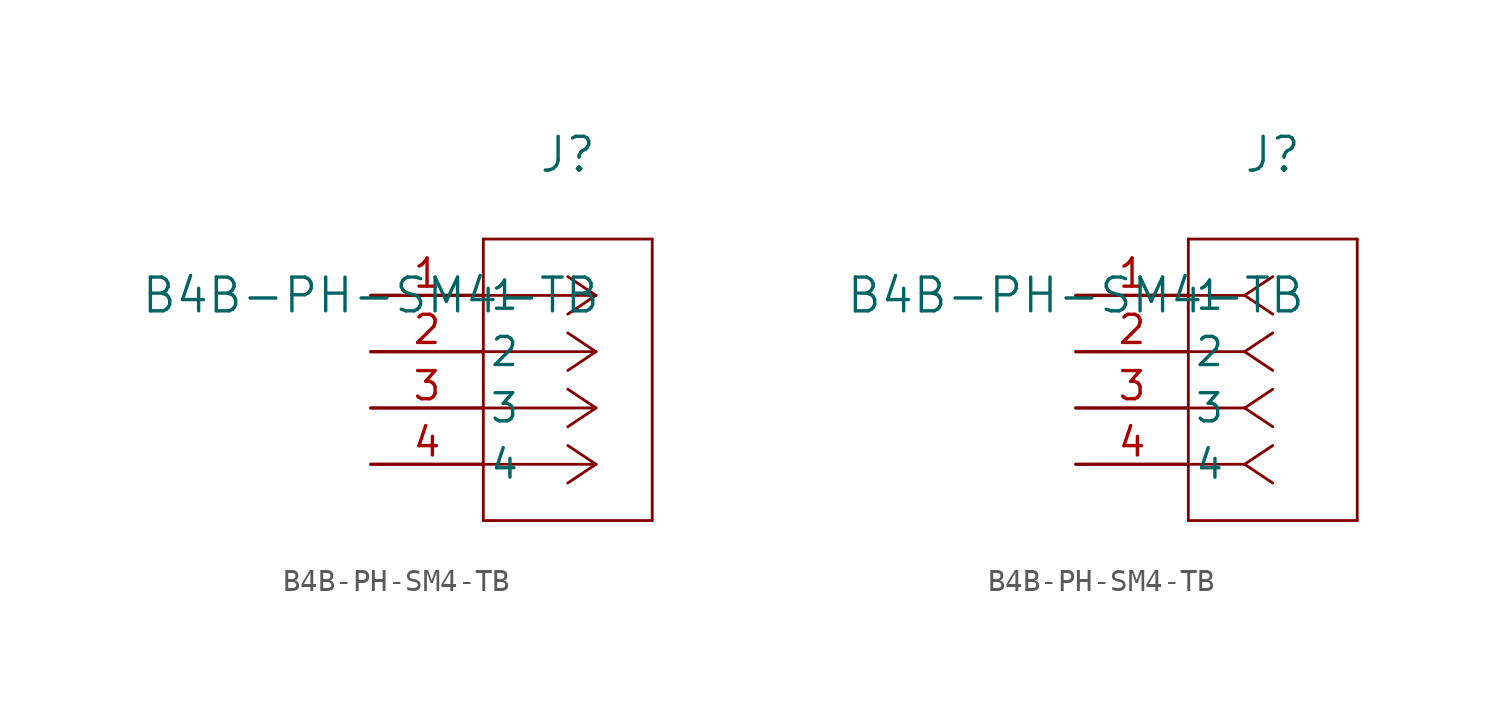
<source format=kicad_sym>
(kicad_symbol_lib
  (version 20211014)
  (generator kicad_symbol_editor)
  (symbol "B4B-PH-SM4-TB"
    (pin_names
      (offset 0.254))
    (property "Reference" "J"
      (at 8.89 6.35 0)
      (effects (font (size 1.524 1.524))))
    (property "Value" "B4B-PH-SM4-TB"
      (at 0 0 0)
      (effects (font (size 1.524 1.524))))
    (symbol "B4B-PH-SM4-TB_1_1"
      (polyline (pts (xy 10.16 0) (xy 5.08 0)) (stroke (width 0.127) (type default) (color 0 0 0 0)) (fill (type none)))
      (polyline (pts (xy 10.16 -2.54) (xy 5.08 -2.54)) (stroke (width 0.127) (type default) (color 0 0 0 0)) (fill (type none)))
      (polyline (pts (xy 10.16 -5.08) (xy 5.08 -5.08)) (stroke (width 0.127) (type default) (color 0 0 0 0)) (fill (type none)))
      (polyline (pts (xy 10.16 -7.62) (xy 5.08 -7.62)) (stroke (width 0.127) (type default) (color 0 0 0 0)) (fill (type none)))
      (polyline (pts (xy 10.16 0) (xy 8.89 0.847)) (stroke (width 0.127) (type default) (color 0 0 0 0)) (fill (type none)))
      (polyline (pts (xy 10.16 -2.54) (xy 8.89 -1.693)) (stroke (width 0.127) (type default) (color 0 0 0 0)) (fill (type none)))
      (polyline (pts (xy 10.16 -5.08) (xy 8.89 -4.233)) (stroke (width 0.127) (type default) (color 0 0 0 0)) (fill (type none)))
      (polyline (pts (xy 10.16 -7.62) (xy 8.89 -6.773)) (stroke (width 0.127) (type default) (color 0 0 0 0)) (fill (type none)))
      (polyline (pts (xy 10.16 0) (xy 8.89 -0.847)) (stroke (width 0.127) (type default) (color 0 0 0 0)) (fill (type none)))
      (polyline (pts (xy 10.16 -2.54) (xy 8.89 -3.387)) (stroke (width 0.127) (type default) (color 0 0 0 0)) (fill (type none)))
      (polyline (pts (xy 10.16 -5.08) (xy 8.89 -5.927)) (stroke (width 0.127) (type default) (color 0 0 0 0)) (fill (type none)))
      (polyline (pts (xy 10.16 -7.62) (xy 8.89 -8.467)) (stroke (width 0.127) (type default) (color 0 0 0 0)) (fill (type none)))
      (polyline (pts (xy 5.08 2.54) (xy 5.08 -10.16)) (stroke (width 0.127) (type default) (color 0 0 0 0)) (fill (type none)))
      (polyline (pts (xy 5.08 -10.16) (xy 12.7 -10.16)) (stroke (width 0.127) (type default) (color 0 0 0 0)) (fill (type none)))
      (polyline (pts (xy 12.7 -10.16) (xy 12.7 2.54)) (stroke (width 0.127) (type default) (color 0 0 0 0)) (fill (type none)))
      (polyline (pts (xy 12.7 2.54) (xy 5.08 2.54)) (stroke (width 0.127) (type default) (color 0 0 0 0)) (fill (type none)))
      (pin unspecified line (at 0 0 0) (length 5.08) (name "1" (effects (font (size 1.27 1.27)))) (number "1" (effects (font (size 1.27 1.27)))))
      (pin unspecified line (at 0 -2.54 0) (length 5.08) (name "2" (effects (font (size 1.27 1.27)))) (number "2" (effects (font (size 1.27 1.27)))))
      (pin unspecified line (at 0 -5.08 0) (length 5.08) (name "3" (effects (font (size 1.27 1.27)))) (number "3" (effects (font (size 1.27 1.27)))))
      (pin unspecified line (at 0 -7.62 0) (length 5.08) (name "4" (effects (font (size 1.27 1.27)))) (number "4" (effects (font (size 1.27 1.27))))))
    (symbol "B4B-PH-SM4-TB_1_2"
      (polyline (pts (xy 7.62 0) (xy 5.08 0)) (stroke (width 0.127) (type default) (color 0 0 0 0)) (fill (type none)))
      (polyline (pts (xy 7.62 -2.54) (xy 5.08 -2.54)) (stroke (width 0.127) (type default) (color 0 0 0 0)) (fill (type none)))
      (polyline (pts (xy 7.62 -5.08) (xy 5.08 -5.08)) (stroke (width 0.127) (type default) (color 0 0 0 0)) (fill (type none)))
      (polyline (pts (xy 7.62 -7.62) (xy 5.08 -7.62)) (stroke (width 0.127) (type default) (color 0 0 0 0)) (fill (type none)))
      (polyline (pts (xy 7.62 0) (xy 8.89 0.847)) (stroke (width 0.127) (type default) (color 0 0 0 0)) (fill (type none)))
      (polyline (pts (xy 7.62 -2.54) (xy 8.89 -1.693)) (stroke (width 0.127) (type default) (color 0 0 0 0)) (fill (type none)))
      (polyline (pts (xy 7.62 -5.08) (xy 8.89 -4.233)) (stroke (width 0.127) (type default) (color 0 0 0 0)) (fill (type none)))
      (polyline (pts (xy 7.62 -7.62) (xy 8.89 -6.773)) (stroke (width 0.127) (type default) (color 0 0 0 0)) (fill (type none)))
      (polyline (pts (xy 7.62 0) (xy 8.89 -0.847)) (stroke (width 0.127) (type default) (color 0 0 0 0)) (fill (type none)))
      (polyline (pts (xy 7.62 -2.54) (xy 8.89 -3.387)) (stroke (width 0.127) (type default) (color 0 0 0 0)) (fill (type none)))
      (polyline (pts (xy 7.62 -5.08) (xy 8.89 -5.927)) (stroke (width 0.127) (type default) (color 0 0 0 0)) (fill (type none)))
      (polyline (pts (xy 7.62 -7.62) (xy 8.89 -8.467)) (stroke (width 0.127) (type default) (color 0 0 0 0)) (fill (type none)))
      (polyline (pts (xy 5.08 2.54) (xy 5.08 -10.16)) (stroke (width 0.127) (type default) (color 0 0 0 0)) (fill (type none)))
      (polyline (pts (xy 5.08 -10.16) (xy 12.7 -10.16)) (stroke (width 0.127) (type default) (color 0 0 0 0)) (fill (type none)))
      (polyline (pts (xy 12.7 -10.16) (xy 12.7 2.54)) (stroke (width 0.127) (type default) (color 0 0 0 0)) (fill (type none)))
      (polyline (pts (xy 12.7 2.54) (xy 5.08 2.54)) (stroke (width 0.127) (type default) (color 0 0 0 0)) (fill (type none)))
      (pin unspecified line (at 0 0 0) (length 5.08) (name "1" (effects (font (size 1.27 1.27)))) (number "1" (effects (font (size 1.27 1.27)))))
      (pin unspecified line (at 0 -2.54 0) (length 5.08) (name "2" (effects (font (size 1.27 1.27)))) (number "2" (effects (font (size 1.27 1.27)))))
      (pin unspecified line (at 0 -5.08 0) (length 5.08) (name "3" (effects (font (size 1.27 1.27)))) (number "3" (effects (font (size 1.27 1.27)))))
      (pin unspecified line (at 0 -7.62 0) (length 5.08) (name "4" (effects (font (size 1.27 1.27)))) (number "4" (effects (font (size 1.27 1.27))))))))
</source>
